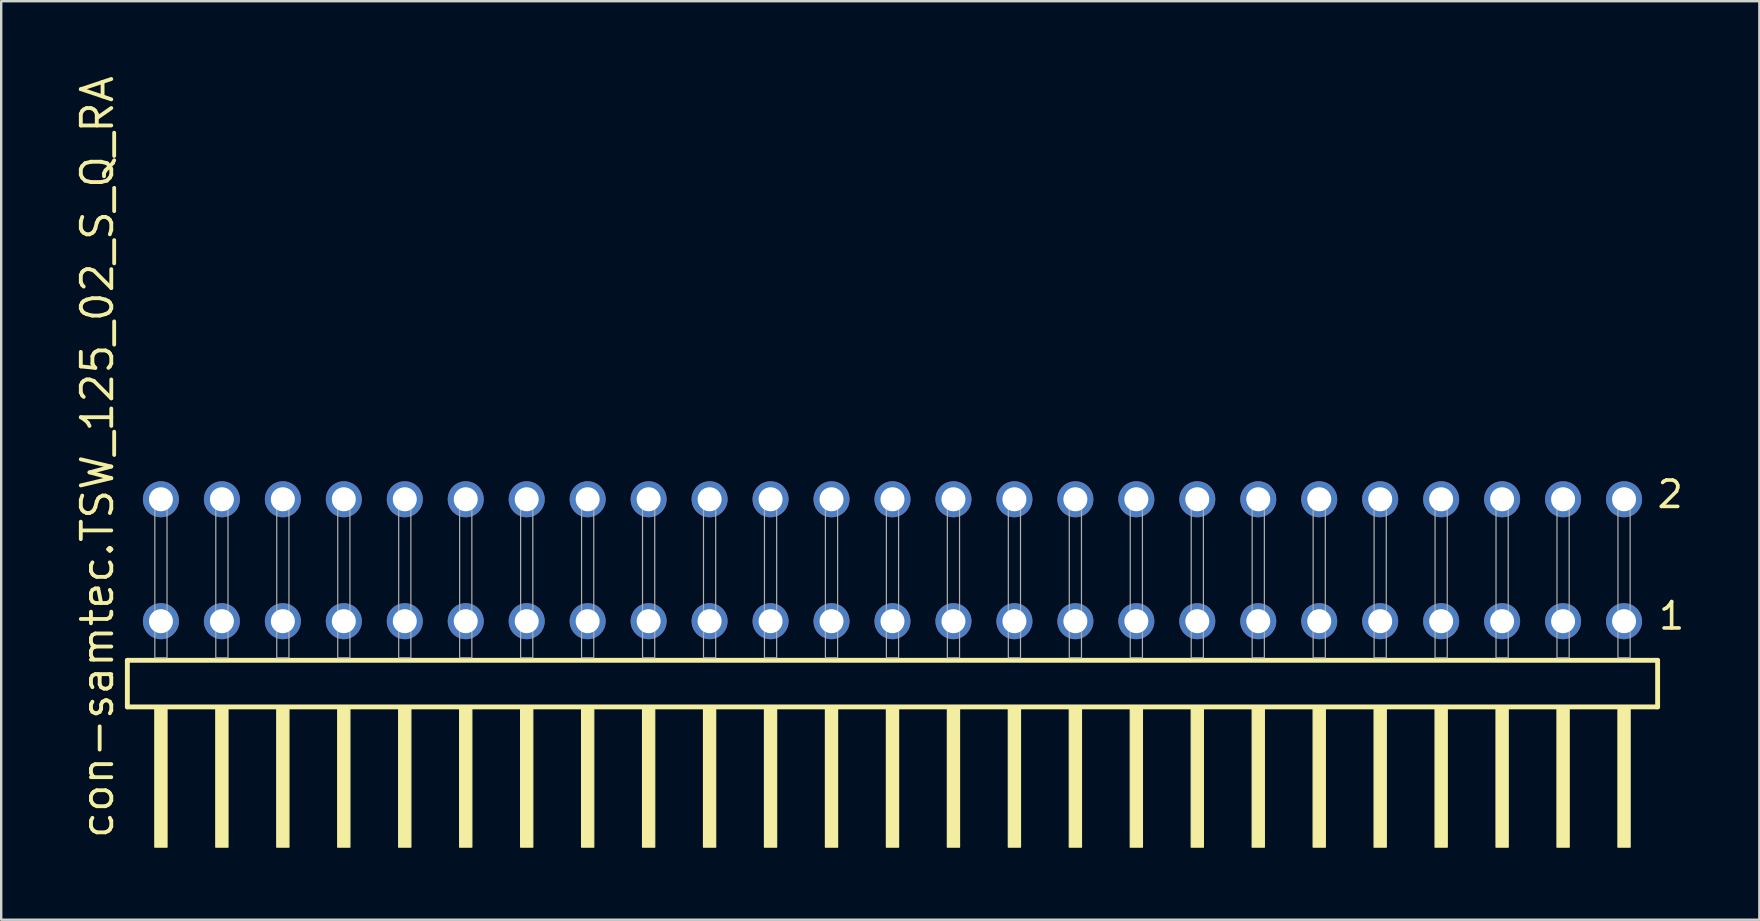
<source format=kicad_pcb>
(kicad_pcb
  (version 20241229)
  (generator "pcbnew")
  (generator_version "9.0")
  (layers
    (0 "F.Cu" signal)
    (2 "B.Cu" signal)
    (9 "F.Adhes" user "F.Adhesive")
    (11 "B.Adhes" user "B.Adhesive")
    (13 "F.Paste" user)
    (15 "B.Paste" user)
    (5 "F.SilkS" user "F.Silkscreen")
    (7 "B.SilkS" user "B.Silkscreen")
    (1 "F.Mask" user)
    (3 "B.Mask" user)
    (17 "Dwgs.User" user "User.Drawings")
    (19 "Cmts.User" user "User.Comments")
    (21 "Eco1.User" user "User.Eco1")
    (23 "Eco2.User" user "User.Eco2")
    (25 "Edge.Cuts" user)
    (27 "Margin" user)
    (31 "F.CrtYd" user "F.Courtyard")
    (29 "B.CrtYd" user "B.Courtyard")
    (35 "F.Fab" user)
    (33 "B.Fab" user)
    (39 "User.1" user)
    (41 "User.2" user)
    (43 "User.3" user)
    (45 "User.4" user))
  (footprint "con-samtec.TSW_125_02_S_Q_RA"
    (layer "F.Cu")
    (at 34.135 24.356)
    (property "Reference" "con-samtec.TSW_125_02_S_Q_RA" (at -32.385 7.62 90) (layer "F.SilkS") (effects (font (size 1.27 1.27) (thickness 0.16)) (justify left bottom)))
    (attr through_hole)
    (fp_line (start -31.879 0.106) (end -31.879 2.046) (stroke (width 0.203) (type default)) (layer "F.SilkS"))
    (fp_line (start -31.879 2.046) (end 31.879 2.046) (stroke (width 0.203) (type default)) (layer "F.SilkS"))
    (fp_line (start 31.879 0.106) (end -31.879 0.106) (stroke (width 0.203) (type default)) (layer "F.SilkS"))
    (fp_line (start 31.879 2.046) (end 31.879 0.106) (stroke (width 0.203) (type default)) (layer "F.SilkS"))
    (fp_rect (start -30.734 7.89) (end -30.226 2.04) (stroke (width 0.05) (type default)) (fill yes) (layer "F.SilkS"))
    (fp_rect (start -28.194 7.89) (end -27.686 2.04) (stroke (width 0.05) (type default)) (fill yes) (layer "F.SilkS"))
    (fp_rect (start -25.654 7.89) (end -25.146 2.04) (stroke (width 0.05) (type default)) (fill yes) (layer "F.SilkS"))
    (fp_rect (start -23.114 7.89) (end -22.606 2.04) (stroke (width 0.05) (type default)) (fill yes) (layer "F.SilkS"))
    (fp_rect (start -20.574 7.89) (end -20.066 2.04) (stroke (width 0.05) (type default)) (fill yes) (layer "F.SilkS"))
    (fp_rect (start -18.034 7.89) (end -17.526 2.04) (stroke (width 0.05) (type default)) (fill yes) (layer "F.SilkS"))
    (fp_rect (start -15.494 7.89) (end -14.986 2.04) (stroke (width 0.05) (type default)) (fill yes) (layer "F.SilkS"))
    (fp_rect (start -12.954 7.89) (end -12.446 2.04) (stroke (width 0.05) (type default)) (fill yes) (layer "F.SilkS"))
    (fp_rect (start -10.414 7.89) (end -9.906 2.04) (stroke (width 0.05) (type default)) (fill yes) (layer "F.SilkS"))
    (fp_rect (start -7.874 7.89) (end -7.366 2.04) (stroke (width 0.05) (type default)) (fill yes) (layer "F.SilkS"))
    (fp_rect (start -5.334 7.89) (end -4.826 2.04) (stroke (width 0.05) (type default)) (fill yes) (layer "F.SilkS"))
    (fp_rect (start -2.794 7.89) (end -2.286 2.04) (stroke (width 0.05) (type default)) (fill yes) (layer "F.SilkS"))
    (fp_rect (start -0.254 7.89) (end 0.254 2.04) (stroke (width 0.05) (type default)) (fill yes) (layer "F.SilkS"))
    (fp_rect (start 2.286 7.89) (end 2.794 2.04) (stroke (width 0.05) (type default)) (fill yes) (layer "F.SilkS"))
    (fp_rect (start 4.826 7.89) (end 5.334 2.04) (stroke (width 0.05) (type default)) (fill yes) (layer "F.SilkS"))
    (fp_rect (start 7.366 7.89) (end 7.874 2.04) (stroke (width 0.05) (type default)) (fill yes) (layer "F.SilkS"))
    (fp_rect (start 9.906 7.89) (end 10.414 2.04) (stroke (width 0.05) (type default)) (fill yes) (layer "F.SilkS"))
    (fp_rect (start 12.446 7.89) (end 12.954 2.04) (stroke (width 0.05) (type default)) (fill yes) (layer "F.SilkS"))
    (fp_rect (start 14.986 7.89) (end 15.494 2.04) (stroke (width 0.05) (type default)) (fill yes) (layer "F.SilkS"))
    (fp_rect (start 17.526 7.89) (end 18.034 2.04) (stroke (width 0.05) (type default)) (fill yes) (layer "F.SilkS"))
    (fp_rect (start 20.066 7.89) (end 20.574 2.04) (stroke (width 0.05) (type default)) (fill yes) (layer "F.SilkS"))
    (fp_rect (start 22.606 7.89) (end 23.114 2.04) (stroke (width 0.05) (type default)) (fill yes) (layer "F.SilkS"))
    (fp_rect (start 25.146 7.89) (end 25.654 2.04) (stroke (width 0.05) (type default)) (fill yes) (layer "F.SilkS"))
    (fp_rect (start 27.686 7.89) (end 28.194 2.04) (stroke (width 0.05) (type default)) (fill yes) (layer "F.SilkS"))
    (fp_rect (start 30.226 7.89) (end 30.734 2.04) (stroke (width 0.05) (type default)) (fill yes) (layer "F.SilkS"))
    (fp_rect (start -30.734 0) (end -30.226 -6.858) (stroke (width 0.05) (type default)) (fill no) (layer "F.Fab"))
    (fp_rect (start -28.194 0) (end -27.686 -6.858) (stroke (width 0.05) (type default)) (fill no) (layer "F.Fab"))
    (fp_rect (start -25.654 0) (end -25.146 -6.858) (stroke (width 0.05) (type default)) (fill no) (layer "F.Fab"))
    (fp_rect (start -23.114 0) (end -22.606 -6.858) (stroke (width 0.05) (type default)) (fill no) (layer "F.Fab"))
    (fp_rect (start -20.574 0) (end -20.066 -6.858) (stroke (width 0.05) (type default)) (fill no) (layer "F.Fab"))
    (fp_rect (start -18.034 0) (end -17.526 -6.858) (stroke (width 0.05) (type default)) (fill no) (layer "F.Fab"))
    (fp_rect (start -15.494 0) (end -14.986 -6.858) (stroke (width 0.05) (type default)) (fill no) (layer "F.Fab"))
    (fp_rect (start -12.954 0) (end -12.446 -6.858) (stroke (width 0.05) (type default)) (fill no) (layer "F.Fab"))
    (fp_rect (start -10.414 0) (end -9.906 -6.858) (stroke (width 0.05) (type default)) (fill no) (layer "F.Fab"))
    (fp_rect (start -7.874 0) (end -7.366 -6.858) (stroke (width 0.05) (type default)) (fill no) (layer "F.Fab"))
    (fp_rect (start -5.334 0) (end -4.826 -6.858) (stroke (width 0.05) (type default)) (fill no) (layer "F.Fab"))
    (fp_rect (start -2.794 0) (end -2.286 -6.858) (stroke (width 0.05) (type default)) (fill no) (layer "F.Fab"))
    (fp_rect (start -0.254 0) (end 0.254 -6.858) (stroke (width 0.05) (type default)) (fill no) (layer "F.Fab"))
    (fp_rect (start 2.286 0) (end 2.794 -6.858) (stroke (width 0.05) (type default)) (fill no) (layer "F.Fab"))
    (fp_rect (start 4.826 0) (end 5.334 -6.858) (stroke (width 0.05) (type default)) (fill no) (layer "F.Fab"))
    (fp_rect (start 7.366 0) (end 7.874 -6.858) (stroke (width 0.05) (type default)) (fill no) (layer "F.Fab"))
    (fp_rect (start 9.906 0) (end 10.414 -6.858) (stroke (width 0.05) (type default)) (fill no) (layer "F.Fab"))
    (fp_rect (start 12.446 0) (end 12.954 -6.858) (stroke (width 0.05) (type default)) (fill no) (layer "F.Fab"))
    (fp_rect (start 14.986 0) (end 15.494 -6.858) (stroke (width 0.05) (type default)) (fill no) (layer "F.Fab"))
    (fp_rect (start 17.526 0) (end 18.034 -6.858) (stroke (width 0.05) (type default)) (fill no) (layer "F.Fab"))
    (fp_rect (start 20.066 0) (end 20.574 -6.858) (stroke (width 0.05) (type default)) (fill no) (layer "F.Fab"))
    (fp_rect (start 22.606 0) (end 23.114 -6.858) (stroke (width 0.05) (type default)) (fill no) (layer "F.Fab"))
    (fp_rect (start 25.146 0) (end 25.654 -6.858) (stroke (width 0.05) (type default)) (fill no) (layer "F.Fab"))
    (fp_rect (start 27.686 0) (end 28.194 -6.858) (stroke (width 0.05) (type default)) (fill no) (layer "F.Fab"))
    (fp_rect (start 30.226 0) (end 30.734 -6.858) (stroke (width 0.05) (type default)) (fill no) (layer "F.Fab"))
    (fp_text user "1" (at 31.84 -1.1 0) (layer "F.SilkS") (effects (font (size 1.1 1.1) (thickness 0.15)) (justify left bottom)))
    (fp_text user "2" (at 31.78 -6.165 0) (layer "F.SilkS") (effects (font (size 1.1 1.1) (thickness 0.15)) (justify left bottom)))
    (pad "1" thru_hole circle (at 30.48 -1.524 180) (size 1.5 1.5) (drill 1) (layers "*.Cu" "*.Mask"))
    (pad "2" thru_hole circle (at 30.48 -6.604 180) (size 1.5 1.5) (drill 1) (layers "*.Cu" "*.Mask"))
    (pad "3" thru_hole circle (at 27.94 -1.524 180) (size 1.5 1.5) (drill 1) (layers "*.Cu" "*.Mask"))
    (pad "4" thru_hole circle (at 27.94 -6.604 180) (size 1.5 1.5) (drill 1) (layers "*.Cu" "*.Mask"))
    (pad "5" thru_hole circle (at 25.4 -1.524 180) (size 1.5 1.5) (drill 1) (layers "*.Cu" "*.Mask"))
    (pad "6" thru_hole circle (at 25.4 -6.604 180) (size 1.5 1.5) (drill 1) (layers "*.Cu" "*.Mask"))
    (pad "7" thru_hole circle (at 22.86 -1.524 180) (size 1.5 1.5) (drill 1) (layers "*.Cu" "*.Mask"))
    (pad "8" thru_hole circle (at 22.86 -6.604 180) (size 1.5 1.5) (drill 1) (layers "*.Cu" "*.Mask"))
    (pad "9" thru_hole circle (at 20.32 -1.524 180) (size 1.5 1.5) (drill 1) (layers "*.Cu" "*.Mask"))
    (pad "10" thru_hole circle (at 20.32 -6.604 180) (size 1.5 1.5) (drill 1) (layers "*.Cu" "*.Mask"))
    (pad "11" thru_hole circle (at 17.78 -1.524 180) (size 1.5 1.5) (drill 1) (layers "*.Cu" "*.Mask"))
    (pad "12" thru_hole circle (at 17.78 -6.604 180) (size 1.5 1.5) (drill 1) (layers "*.Cu" "*.Mask"))
    (pad "13" thru_hole circle (at 15.24 -1.524 180) (size 1.5 1.5) (drill 1) (layers "*.Cu" "*.Mask"))
    (pad "14" thru_hole circle (at 15.24 -6.604 180) (size 1.5 1.5) (drill 1) (layers "*.Cu" "*.Mask"))
    (pad "15" thru_hole circle (at 12.7 -1.524 180) (size 1.5 1.5) (drill 1) (layers "*.Cu" "*.Mask"))
    (pad "16" thru_hole circle (at 12.7 -6.604 180) (size 1.5 1.5) (drill 1) (layers "*.Cu" "*.Mask"))
    (pad "17" thru_hole circle (at 10.16 -1.524 180) (size 1.5 1.5) (drill 1) (layers "*.Cu" "*.Mask"))
    (pad "18" thru_hole circle (at 10.16 -6.604 180) (size 1.5 1.5) (drill 1) (layers "*.Cu" "*.Mask"))
    (pad "19" thru_hole circle (at 7.62 -1.524 180) (size 1.5 1.5) (drill 1) (layers "*.Cu" "*.Mask"))
    (pad "20" thru_hole circle (at 7.62 -6.604 180) (size 1.5 1.5) (drill 1) (layers "*.Cu" "*.Mask"))
    (pad "21" thru_hole circle (at 5.08 -1.524 180) (size 1.5 1.5) (drill 1) (layers "*.Cu" "*.Mask"))
    (pad "22" thru_hole circle (at 5.08 -6.604 180) (size 1.5 1.5) (drill 1) (layers "*.Cu" "*.Mask"))
    (pad "23" thru_hole circle (at 2.54 -1.524 180) (size 1.5 1.5) (drill 1) (layers "*.Cu" "*.Mask"))
    (pad "24" thru_hole circle (at 2.54 -6.604 180) (size 1.5 1.5) (drill 1) (layers "*.Cu" "*.Mask"))
    (pad "25" thru_hole circle (at 0 -1.524 180) (size 1.5 1.5) (drill 1) (layers "*.Cu" "*.Mask"))
    (pad "26" thru_hole circle (at 0 -6.604 180) (size 1.5 1.5) (drill 1) (layers "*.Cu" "*.Mask"))
    (pad "27" thru_hole circle (at -2.54 -1.524 180) (size 1.5 1.5) (drill 1) (layers "*.Cu" "*.Mask"))
    (pad "28" thru_hole circle (at -2.54 -6.604 180) (size 1.5 1.5) (drill 1) (layers "*.Cu" "*.Mask"))
    (pad "29" thru_hole circle (at -5.08 -1.524 180) (size 1.5 1.5) (drill 1) (layers "*.Cu" "*.Mask"))
    (pad "30" thru_hole circle (at -5.08 -6.604 180) (size 1.5 1.5) (drill 1) (layers "*.Cu" "*.Mask"))
    (pad "31" thru_hole circle (at -7.62 -1.524 180) (size 1.5 1.5) (drill 1) (layers "*.Cu" "*.Mask"))
    (pad "32" thru_hole circle (at -7.62 -6.604 180) (size 1.5 1.5) (drill 1) (layers "*.Cu" "*.Mask"))
    (pad "33" thru_hole circle (at -10.16 -1.524 180) (size 1.5 1.5) (drill 1) (layers "*.Cu" "*.Mask"))
    (pad "34" thru_hole circle (at -10.16 -6.604 180) (size 1.5 1.5) (drill 1) (layers "*.Cu" "*.Mask"))
    (pad "35" thru_hole circle (at -12.7 -1.524 180) (size 1.5 1.5) (drill 1) (layers "*.Cu" "*.Mask"))
    (pad "36" thru_hole circle (at -12.7 -6.604 180) (size 1.5 1.5) (drill 1) (layers "*.Cu" "*.Mask"))
    (pad "37" thru_hole circle (at -15.24 -1.524 180) (size 1.5 1.5) (drill 1) (layers "*.Cu" "*.Mask"))
    (pad "38" thru_hole circle (at -15.24 -6.604 180) (size 1.5 1.5) (drill 1) (layers "*.Cu" "*.Mask"))
    (pad "39" thru_hole circle (at -17.78 -1.524 180) (size 1.5 1.5) (drill 1) (layers "*.Cu" "*.Mask"))
    (pad "40" thru_hole circle (at -17.78 -6.604 180) (size 1.5 1.5) (drill 1) (layers "*.Cu" "*.Mask"))
    (pad "41" thru_hole circle (at -20.32 -1.524 180) (size 1.5 1.5) (drill 1) (layers "*.Cu" "*.Mask"))
    (pad "42" thru_hole circle (at -20.32 -6.604 180) (size 1.5 1.5) (drill 1) (layers "*.Cu" "*.Mask"))
    (pad "43" thru_hole circle (at -22.86 -1.524 180) (size 1.5 1.5) (drill 1) (layers "*.Cu" "*.Mask"))
    (pad "44" thru_hole circle (at -22.86 -6.604 180) (size 1.5 1.5) (drill 1) (layers "*.Cu" "*.Mask"))
    (pad "45" thru_hole circle (at -25.4 -1.524 180) (size 1.5 1.5) (drill 1) (layers "*.Cu" "*.Mask"))
    (pad "46" thru_hole circle (at -25.4 -6.604 180) (size 1.5 1.5) (drill 1) (layers "*.Cu" "*.Mask"))
    (pad "47" thru_hole circle (at -27.94 -1.524 180) (size 1.5 1.5) (drill 1) (layers "*.Cu" "*.Mask"))
    (pad "48" thru_hole circle (at -27.94 -6.604 180) (size 1.5 1.5) (drill 1) (layers "*.Cu" "*.Mask"))
    (pad "49" thru_hole circle (at -30.48 -1.524 180) (size 1.5 1.5) (drill 1) (layers "*.Cu" "*.Mask"))
    (pad "50" thru_hole circle (at -30.48 -6.604 180) (size 1.5 1.5) (drill 1) (layers "*.Cu" "*.Mask")))
  (gr_rect
    (start -3 -3)
    (end 70.253 35.271)
    (stroke (width 0.1) (type default))
    (fill no)
    (layer "Edge.Cuts")))
</source>
